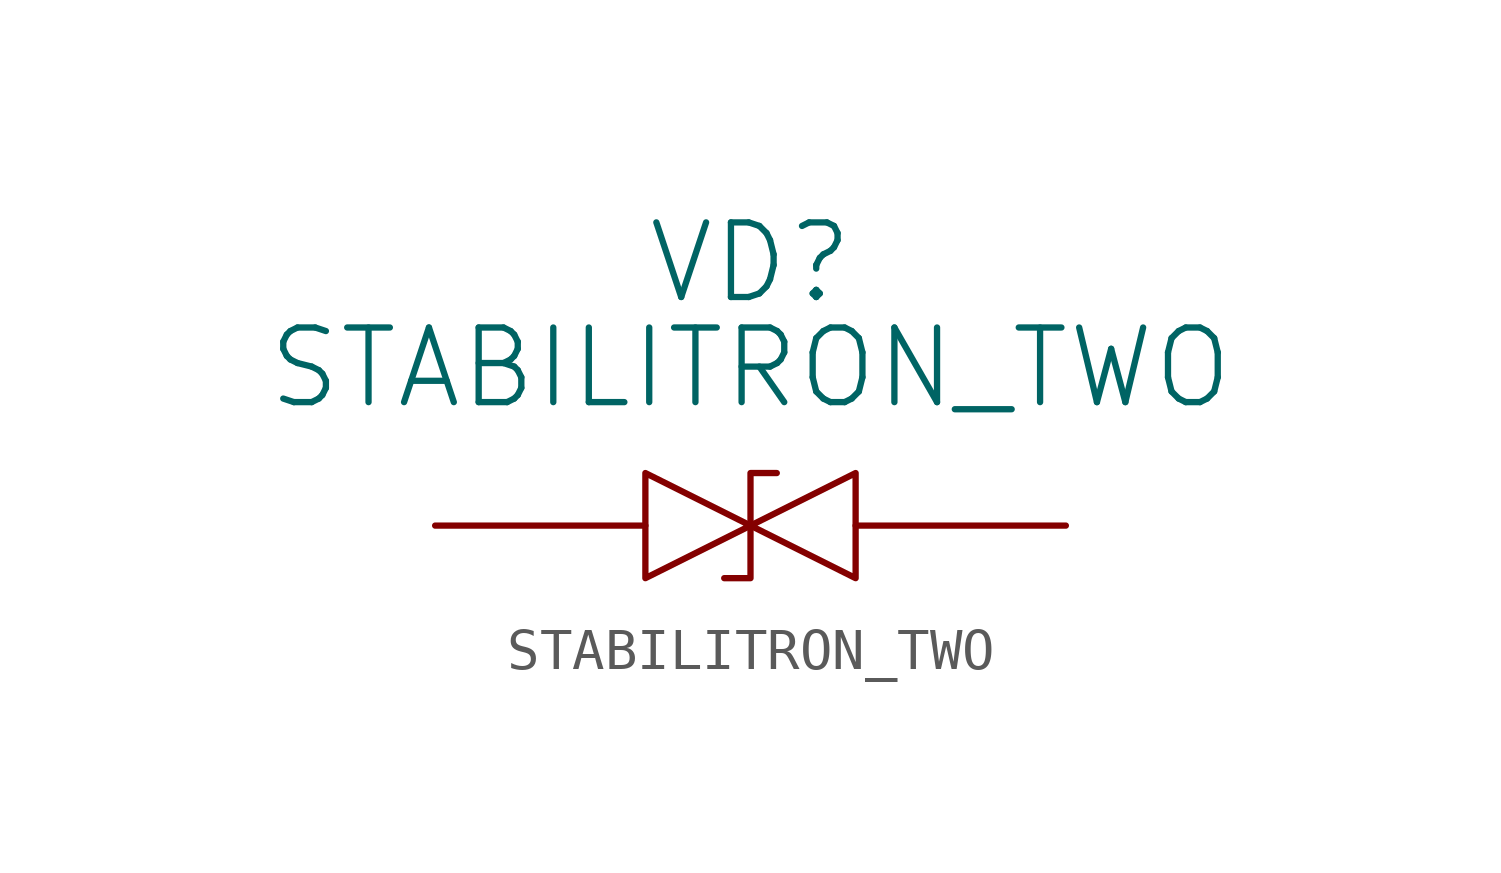
<source format=kicad_sym>
(kicad_symbol_lib
  (version 20211014)
  (generator kicad_symbol_editor)
  (symbol "STABILITRON_TWO"
    (pin_numbers hide)
    (pin_names
      (offset 1.016))
    (property "Reference" "VD"
      (at 7.62 6.35 0)
      (effects (font (size 1.803 1.803))))
    (property "Value" "STABILITRON_TWO"
      (at 7.62 3.81 0)
      (effects (font (size 1.803 1.803))))
    (property "Footprint" ""
      (at 0 0 0)
      (effects (font (size 1.524 1.524))))
    (property "Datasheet" ""
      (at 0 0 0)
      (effects (font (size 1.524 1.524))))
    (symbol "STABILITRON_TWO_0_1"
      (polyline (pts (xy 8.255 1.27) (xy 7.62 1.27) (xy 7.62 -1.27) (xy 6.985 -1.27)) (stroke (width 0) (type default) (color 0 0 0 0)) (fill (type none)))
      (polyline (pts (xy 5.08 1.27) (xy 5.08 -1.27) (xy 10.16 1.27) (xy 10.16 -1.27) (xy 5.08 1.27)) (stroke (width 0) (type default) (color 0 0 0 0)) (fill (type none))))
    (symbol "STABILITRON_TWO_1_1"
      (pin passive line (at 0 0 0) (length 5.08) (name "~" (effects (font (size 1.27 1.27)))) (number "1" (effects (font (size 1.27 1.27)))))
      (pin passive line (at 15.24 0 180) (length 5.08) (name "~" (effects (font (size 1.27 1.27)))) (number "2" (effects (font (size 1.27 1.27))))))))
</source>
